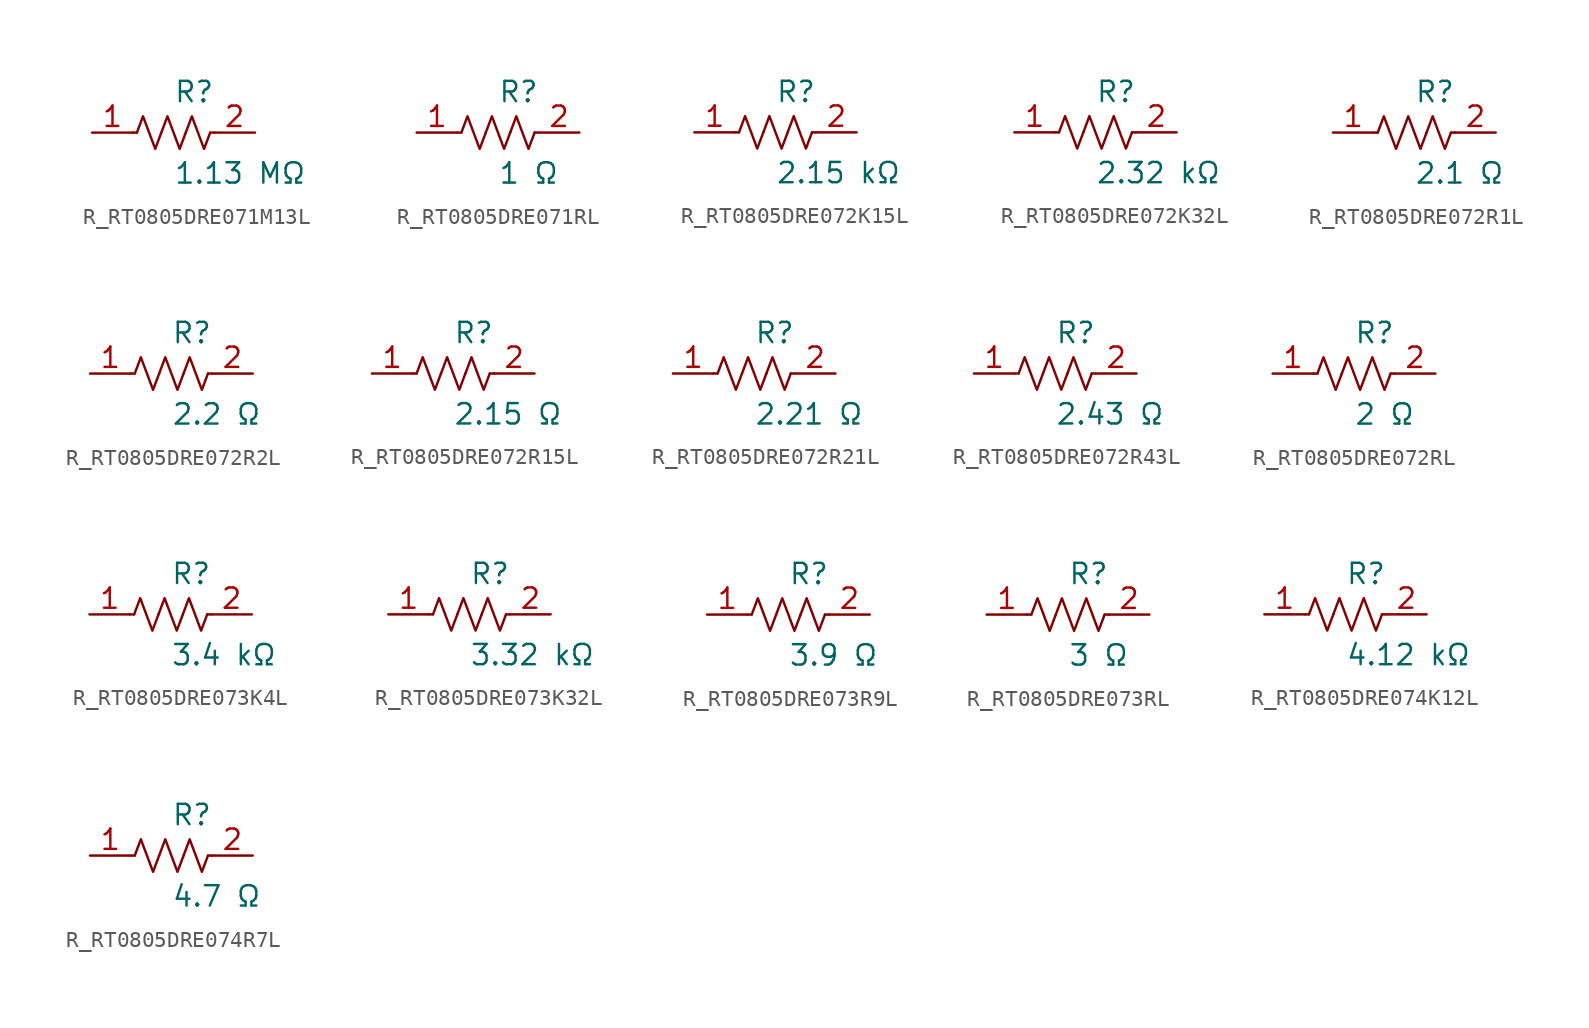
<source format=kicad_sym>
(kicad_symbol_lib
  (version 20231120)
  (generator kicad_symbol_editor)
  (generator_version 8.0)
  (symbol "R_RT0805DRE071M13L"
    (pin_names
      (offset 0.254))
    (property "Reference" "R"
      (at 0.0 2.54 0)
      (effects (font (size 1.27 1.27)) (justify left)))
    (property "Value" "1.13 MΩ"
      (at 0.0 -2.54 0)
      (effects (font (size 1.27 1.27)) (justify left)))
    (symbol "R_RT0805DRE071M13L_0_1"
      (polyline (pts (xy 2.286 0) (xy 2.54 0)) (stroke (width 0) (type default)) (fill (type none)))
      (polyline (pts (xy -2.286 0) (xy -2.54 0)) (stroke (width 0) (type default)) (fill (type none)))
      (polyline (pts (xy 0.762 0) (xy 1.143 1.016) (xy 1.524 0) (xy 1.905 -1.016) (xy 2.286 0)) (stroke (width 0) (type default)) (fill (type none)))
      (polyline (pts (xy -0.762 0) (xy -0.381 1.016) (xy 0 0) (xy 0.381 -1.016) (xy 0.762 0)) (stroke (width 0) (type default)) (fill (type none)))
      (polyline (pts (xy -2.286 0) (xy -1.905 1.016) (xy -1.524 0) (xy -1.143 -1.016) (xy -0.762 0)) (stroke (width 0) (type default)) (fill (type none))))
    (pin unspecified line
      (at -5.08 0 0)
      (length 2.54)
      (name "" (effects (font (size 1.27 1.27))))
      (number "1" (effects (font (size 1.27 1.27)))))
    (pin unspecified line
      (at 5.08 0 180)
      (length 2.54)
      (name "" (effects (font (size 1.27 1.27))))
      (number "2" (effects (font (size 1.27 1.27))))))
  (symbol "R_RT0805DRE071RL"
    (pin_names
      (offset 0.254))
    (property "Reference" "R"
      (at 0.0 2.54 0)
      (effects (font (size 1.27 1.27)) (justify left)))
    (property "Value" "1 Ω"
      (at 0.0 -2.54 0)
      (effects (font (size 1.27 1.27)) (justify left)))
    (symbol "R_RT0805DRE071RL_0_1"
      (polyline (pts (xy 2.286 0) (xy 2.54 0)) (stroke (width 0) (type default)) (fill (type none)))
      (polyline (pts (xy -2.286 0) (xy -2.54 0)) (stroke (width 0) (type default)) (fill (type none)))
      (polyline (pts (xy 0.762 0) (xy 1.143 1.016) (xy 1.524 0) (xy 1.905 -1.016) (xy 2.286 0)) (stroke (width 0) (type default)) (fill (type none)))
      (polyline (pts (xy -0.762 0) (xy -0.381 1.016) (xy 0 0) (xy 0.381 -1.016) (xy 0.762 0)) (stroke (width 0) (type default)) (fill (type none)))
      (polyline (pts (xy -2.286 0) (xy -1.905 1.016) (xy -1.524 0) (xy -1.143 -1.016) (xy -0.762 0)) (stroke (width 0) (type default)) (fill (type none))))
    (pin unspecified line
      (at -5.08 0 0)
      (length 2.54)
      (name "" (effects (font (size 1.27 1.27))))
      (number "1" (effects (font (size 1.27 1.27)))))
    (pin unspecified line
      (at 5.08 0 180)
      (length 2.54)
      (name "" (effects (font (size 1.27 1.27))))
      (number "2" (effects (font (size 1.27 1.27))))))
  (symbol "R_RT0805DRE072K15L"
    (pin_names
      (offset 0.254))
    (property "Reference" "R"
      (at 0.0 2.54 0)
      (effects (font (size 1.27 1.27)) (justify left)))
    (property "Value" "2.15 kΩ"
      (at 0.0 -2.54 0)
      (effects (font (size 1.27 1.27)) (justify left)))
    (symbol "R_RT0805DRE072K15L_0_1"
      (polyline (pts (xy 2.286 0) (xy 2.54 0)) (stroke (width 0) (type default)) (fill (type none)))
      (polyline (pts (xy -2.286 0) (xy -2.54 0)) (stroke (width 0) (type default)) (fill (type none)))
      (polyline (pts (xy 0.762 0) (xy 1.143 1.016) (xy 1.524 0) (xy 1.905 -1.016) (xy 2.286 0)) (stroke (width 0) (type default)) (fill (type none)))
      (polyline (pts (xy -0.762 0) (xy -0.381 1.016) (xy 0 0) (xy 0.381 -1.016) (xy 0.762 0)) (stroke (width 0) (type default)) (fill (type none)))
      (polyline (pts (xy -2.286 0) (xy -1.905 1.016) (xy -1.524 0) (xy -1.143 -1.016) (xy -0.762 0)) (stroke (width 0) (type default)) (fill (type none))))
    (pin unspecified line
      (at -5.08 0 0)
      (length 2.54)
      (name "" (effects (font (size 1.27 1.27))))
      (number "1" (effects (font (size 1.27 1.27)))))
    (pin unspecified line
      (at 5.08 0 180)
      (length 2.54)
      (name "" (effects (font (size 1.27 1.27))))
      (number "2" (effects (font (size 1.27 1.27))))))
  (symbol "R_RT0805DRE072K32L"
    (pin_names
      (offset 0.254))
    (property "Reference" "R"
      (at 0.0 2.54 0)
      (effects (font (size 1.27 1.27)) (justify left)))
    (property "Value" "2.32 kΩ"
      (at 0.0 -2.54 0)
      (effects (font (size 1.27 1.27)) (justify left)))
    (symbol "R_RT0805DRE072K32L_0_1"
      (polyline (pts (xy 2.286 0) (xy 2.54 0)) (stroke (width 0) (type default)) (fill (type none)))
      (polyline (pts (xy -2.286 0) (xy -2.54 0)) (stroke (width 0) (type default)) (fill (type none)))
      (polyline (pts (xy 0.762 0) (xy 1.143 1.016) (xy 1.524 0) (xy 1.905 -1.016) (xy 2.286 0)) (stroke (width 0) (type default)) (fill (type none)))
      (polyline (pts (xy -0.762 0) (xy -0.381 1.016) (xy 0 0) (xy 0.381 -1.016) (xy 0.762 0)) (stroke (width 0) (type default)) (fill (type none)))
      (polyline (pts (xy -2.286 0) (xy -1.905 1.016) (xy -1.524 0) (xy -1.143 -1.016) (xy -0.762 0)) (stroke (width 0) (type default)) (fill (type none))))
    (pin unspecified line
      (at -5.08 0 0)
      (length 2.54)
      (name "" (effects (font (size 1.27 1.27))))
      (number "1" (effects (font (size 1.27 1.27)))))
    (pin unspecified line
      (at 5.08 0 180)
      (length 2.54)
      (name "" (effects (font (size 1.27 1.27))))
      (number "2" (effects (font (size 1.27 1.27))))))
  (symbol "R_RT0805DRE072R1L"
    (pin_names
      (offset 0.254))
    (property "Reference" "R"
      (at 0.0 2.54 0)
      (effects (font (size 1.27 1.27)) (justify left)))
    (property "Value" "2.1 Ω"
      (at 0.0 -2.54 0)
      (effects (font (size 1.27 1.27)) (justify left)))
    (symbol "R_RT0805DRE072R1L_0_1"
      (polyline (pts (xy 2.286 0) (xy 2.54 0)) (stroke (width 0) (type default)) (fill (type none)))
      (polyline (pts (xy -2.286 0) (xy -2.54 0)) (stroke (width 0) (type default)) (fill (type none)))
      (polyline (pts (xy 0.762 0) (xy 1.143 1.016) (xy 1.524 0) (xy 1.905 -1.016) (xy 2.286 0)) (stroke (width 0) (type default)) (fill (type none)))
      (polyline (pts (xy -0.762 0) (xy -0.381 1.016) (xy 0 0) (xy 0.381 -1.016) (xy 0.762 0)) (stroke (width 0) (type default)) (fill (type none)))
      (polyline (pts (xy -2.286 0) (xy -1.905 1.016) (xy -1.524 0) (xy -1.143 -1.016) (xy -0.762 0)) (stroke (width 0) (type default)) (fill (type none))))
    (pin unspecified line
      (at -5.08 0 0)
      (length 2.54)
      (name "" (effects (font (size 1.27 1.27))))
      (number "1" (effects (font (size 1.27 1.27)))))
    (pin unspecified line
      (at 5.08 0 180)
      (length 2.54)
      (name "" (effects (font (size 1.27 1.27))))
      (number "2" (effects (font (size 1.27 1.27))))))
  (symbol "R_RT0805DRE072R2L"
    (pin_names
      (offset 0.254))
    (property "Reference" "R"
      (at 0.0 2.54 0)
      (effects (font (size 1.27 1.27)) (justify left)))
    (property "Value" "2.2 Ω"
      (at 0.0 -2.54 0)
      (effects (font (size 1.27 1.27)) (justify left)))
    (symbol "R_RT0805DRE072R2L_0_1"
      (polyline (pts (xy 2.286 0) (xy 2.54 0)) (stroke (width 0) (type default)) (fill (type none)))
      (polyline (pts (xy -2.286 0) (xy -2.54 0)) (stroke (width 0) (type default)) (fill (type none)))
      (polyline (pts (xy 0.762 0) (xy 1.143 1.016) (xy 1.524 0) (xy 1.905 -1.016) (xy 2.286 0)) (stroke (width 0) (type default)) (fill (type none)))
      (polyline (pts (xy -0.762 0) (xy -0.381 1.016) (xy 0 0) (xy 0.381 -1.016) (xy 0.762 0)) (stroke (width 0) (type default)) (fill (type none)))
      (polyline (pts (xy -2.286 0) (xy -1.905 1.016) (xy -1.524 0) (xy -1.143 -1.016) (xy -0.762 0)) (stroke (width 0) (type default)) (fill (type none))))
    (pin unspecified line
      (at -5.08 0 0)
      (length 2.54)
      (name "" (effects (font (size 1.27 1.27))))
      (number "1" (effects (font (size 1.27 1.27)))))
    (pin unspecified line
      (at 5.08 0 180)
      (length 2.54)
      (name "" (effects (font (size 1.27 1.27))))
      (number "2" (effects (font (size 1.27 1.27))))))
  (symbol "R_RT0805DRE072R15L"
    (pin_names
      (offset 0.254))
    (property "Reference" "R"
      (at 0.0 2.54 0)
      (effects (font (size 1.27 1.27)) (justify left)))
    (property "Value" "2.15 Ω"
      (at 0.0 -2.54 0)
      (effects (font (size 1.27 1.27)) (justify left)))
    (symbol "R_RT0805DRE072R15L_0_1"
      (polyline (pts (xy 2.286 0) (xy 2.54 0)) (stroke (width 0) (type default)) (fill (type none)))
      (polyline (pts (xy -2.286 0) (xy -2.54 0)) (stroke (width 0) (type default)) (fill (type none)))
      (polyline (pts (xy 0.762 0) (xy 1.143 1.016) (xy 1.524 0) (xy 1.905 -1.016) (xy 2.286 0)) (stroke (width 0) (type default)) (fill (type none)))
      (polyline (pts (xy -0.762 0) (xy -0.381 1.016) (xy 0 0) (xy 0.381 -1.016) (xy 0.762 0)) (stroke (width 0) (type default)) (fill (type none)))
      (polyline (pts (xy -2.286 0) (xy -1.905 1.016) (xy -1.524 0) (xy -1.143 -1.016) (xy -0.762 0)) (stroke (width 0) (type default)) (fill (type none))))
    (pin unspecified line
      (at -5.08 0 0)
      (length 2.54)
      (name "" (effects (font (size 1.27 1.27))))
      (number "1" (effects (font (size 1.27 1.27)))))
    (pin unspecified line
      (at 5.08 0 180)
      (length 2.54)
      (name "" (effects (font (size 1.27 1.27))))
      (number "2" (effects (font (size 1.27 1.27))))))
  (symbol "R_RT0805DRE072R21L"
    (pin_names
      (offset 0.254))
    (property "Reference" "R"
      (at 0.0 2.54 0)
      (effects (font (size 1.27 1.27)) (justify left)))
    (property "Value" "2.21 Ω"
      (at 0.0 -2.54 0)
      (effects (font (size 1.27 1.27)) (justify left)))
    (symbol "R_RT0805DRE072R21L_0_1"
      (polyline (pts (xy 2.286 0) (xy 2.54 0)) (stroke (width 0) (type default)) (fill (type none)))
      (polyline (pts (xy -2.286 0) (xy -2.54 0)) (stroke (width 0) (type default)) (fill (type none)))
      (polyline (pts (xy 0.762 0) (xy 1.143 1.016) (xy 1.524 0) (xy 1.905 -1.016) (xy 2.286 0)) (stroke (width 0) (type default)) (fill (type none)))
      (polyline (pts (xy -0.762 0) (xy -0.381 1.016) (xy 0 0) (xy 0.381 -1.016) (xy 0.762 0)) (stroke (width 0) (type default)) (fill (type none)))
      (polyline (pts (xy -2.286 0) (xy -1.905 1.016) (xy -1.524 0) (xy -1.143 -1.016) (xy -0.762 0)) (stroke (width 0) (type default)) (fill (type none))))
    (pin unspecified line
      (at -5.08 0 0)
      (length 2.54)
      (name "" (effects (font (size 1.27 1.27))))
      (number "1" (effects (font (size 1.27 1.27)))))
    (pin unspecified line
      (at 5.08 0 180)
      (length 2.54)
      (name "" (effects (font (size 1.27 1.27))))
      (number "2" (effects (font (size 1.27 1.27))))))
  (symbol "R_RT0805DRE072R43L"
    (pin_names
      (offset 0.254))
    (property "Reference" "R"
      (at 0.0 2.54 0)
      (effects (font (size 1.27 1.27)) (justify left)))
    (property "Value" "2.43 Ω"
      (at 0.0 -2.54 0)
      (effects (font (size 1.27 1.27)) (justify left)))
    (symbol "R_RT0805DRE072R43L_0_1"
      (polyline (pts (xy 2.286 0) (xy 2.54 0)) (stroke (width 0) (type default)) (fill (type none)))
      (polyline (pts (xy -2.286 0) (xy -2.54 0)) (stroke (width 0) (type default)) (fill (type none)))
      (polyline (pts (xy 0.762 0) (xy 1.143 1.016) (xy 1.524 0) (xy 1.905 -1.016) (xy 2.286 0)) (stroke (width 0) (type default)) (fill (type none)))
      (polyline (pts (xy -0.762 0) (xy -0.381 1.016) (xy 0 0) (xy 0.381 -1.016) (xy 0.762 0)) (stroke (width 0) (type default)) (fill (type none)))
      (polyline (pts (xy -2.286 0) (xy -1.905 1.016) (xy -1.524 0) (xy -1.143 -1.016) (xy -0.762 0)) (stroke (width 0) (type default)) (fill (type none))))
    (pin unspecified line
      (at -5.08 0 0)
      (length 2.54)
      (name "" (effects (font (size 1.27 1.27))))
      (number "1" (effects (font (size 1.27 1.27)))))
    (pin unspecified line
      (at 5.08 0 180)
      (length 2.54)
      (name "" (effects (font (size 1.27 1.27))))
      (number "2" (effects (font (size 1.27 1.27))))))
  (symbol "R_RT0805DRE072RL"
    (pin_names
      (offset 0.254))
    (property "Reference" "R"
      (at 0.0 2.54 0)
      (effects (font (size 1.27 1.27)) (justify left)))
    (property "Value" "2 Ω"
      (at 0.0 -2.54 0)
      (effects (font (size 1.27 1.27)) (justify left)))
    (symbol "R_RT0805DRE072RL_0_1"
      (polyline (pts (xy 2.286 0) (xy 2.54 0)) (stroke (width 0) (type default)) (fill (type none)))
      (polyline (pts (xy -2.286 0) (xy -2.54 0)) (stroke (width 0) (type default)) (fill (type none)))
      (polyline (pts (xy 0.762 0) (xy 1.143 1.016) (xy 1.524 0) (xy 1.905 -1.016) (xy 2.286 0)) (stroke (width 0) (type default)) (fill (type none)))
      (polyline (pts (xy -0.762 0) (xy -0.381 1.016) (xy 0 0) (xy 0.381 -1.016) (xy 0.762 0)) (stroke (width 0) (type default)) (fill (type none)))
      (polyline (pts (xy -2.286 0) (xy -1.905 1.016) (xy -1.524 0) (xy -1.143 -1.016) (xy -0.762 0)) (stroke (width 0) (type default)) (fill (type none))))
    (pin unspecified line
      (at -5.08 0 0)
      (length 2.54)
      (name "" (effects (font (size 1.27 1.27))))
      (number "1" (effects (font (size 1.27 1.27)))))
    (pin unspecified line
      (at 5.08 0 180)
      (length 2.54)
      (name "" (effects (font (size 1.27 1.27))))
      (number "2" (effects (font (size 1.27 1.27))))))
  (symbol "R_RT0805DRE073K4L"
    (pin_names
      (offset 0.254))
    (property "Reference" "R"
      (at 0.0 2.54 0)
      (effects (font (size 1.27 1.27)) (justify left)))
    (property "Value" "3.4 kΩ"
      (at 0.0 -2.54 0)
      (effects (font (size 1.27 1.27)) (justify left)))
    (symbol "R_RT0805DRE073K4L_0_1"
      (polyline (pts (xy 2.286 0) (xy 2.54 0)) (stroke (width 0) (type default)) (fill (type none)))
      (polyline (pts (xy -2.286 0) (xy -2.54 0)) (stroke (width 0) (type default)) (fill (type none)))
      (polyline (pts (xy 0.762 0) (xy 1.143 1.016) (xy 1.524 0) (xy 1.905 -1.016) (xy 2.286 0)) (stroke (width 0) (type default)) (fill (type none)))
      (polyline (pts (xy -0.762 0) (xy -0.381 1.016) (xy 0 0) (xy 0.381 -1.016) (xy 0.762 0)) (stroke (width 0) (type default)) (fill (type none)))
      (polyline (pts (xy -2.286 0) (xy -1.905 1.016) (xy -1.524 0) (xy -1.143 -1.016) (xy -0.762 0)) (stroke (width 0) (type default)) (fill (type none))))
    (pin unspecified line
      (at -5.08 0 0)
      (length 2.54)
      (name "" (effects (font (size 1.27 1.27))))
      (number "1" (effects (font (size 1.27 1.27)))))
    (pin unspecified line
      (at 5.08 0 180)
      (length 2.54)
      (name "" (effects (font (size 1.27 1.27))))
      (number "2" (effects (font (size 1.27 1.27))))))
  (symbol "R_RT0805DRE073K32L"
    (pin_names
      (offset 0.254))
    (property "Reference" "R"
      (at 0.0 2.54 0)
      (effects (font (size 1.27 1.27)) (justify left)))
    (property "Value" "3.32 kΩ"
      (at 0.0 -2.54 0)
      (effects (font (size 1.27 1.27)) (justify left)))
    (symbol "R_RT0805DRE073K32L_0_1"
      (polyline (pts (xy 2.286 0) (xy 2.54 0)) (stroke (width 0) (type default)) (fill (type none)))
      (polyline (pts (xy -2.286 0) (xy -2.54 0)) (stroke (width 0) (type default)) (fill (type none)))
      (polyline (pts (xy 0.762 0) (xy 1.143 1.016) (xy 1.524 0) (xy 1.905 -1.016) (xy 2.286 0)) (stroke (width 0) (type default)) (fill (type none)))
      (polyline (pts (xy -0.762 0) (xy -0.381 1.016) (xy 0 0) (xy 0.381 -1.016) (xy 0.762 0)) (stroke (width 0) (type default)) (fill (type none)))
      (polyline (pts (xy -2.286 0) (xy -1.905 1.016) (xy -1.524 0) (xy -1.143 -1.016) (xy -0.762 0)) (stroke (width 0) (type default)) (fill (type none))))
    (pin unspecified line
      (at -5.08 0 0)
      (length 2.54)
      (name "" (effects (font (size 1.27 1.27))))
      (number "1" (effects (font (size 1.27 1.27)))))
    (pin unspecified line
      (at 5.08 0 180)
      (length 2.54)
      (name "" (effects (font (size 1.27 1.27))))
      (number "2" (effects (font (size 1.27 1.27))))))
  (symbol "R_RT0805DRE073R9L"
    (pin_names
      (offset 0.254))
    (property "Reference" "R"
      (at 0.0 2.54 0)
      (effects (font (size 1.27 1.27)) (justify left)))
    (property "Value" "3.9 Ω"
      (at 0.0 -2.54 0)
      (effects (font (size 1.27 1.27)) (justify left)))
    (symbol "R_RT0805DRE073R9L_0_1"
      (polyline (pts (xy 2.286 0) (xy 2.54 0)) (stroke (width 0) (type default)) (fill (type none)))
      (polyline (pts (xy -2.286 0) (xy -2.54 0)) (stroke (width 0) (type default)) (fill (type none)))
      (polyline (pts (xy 0.762 0) (xy 1.143 1.016) (xy 1.524 0) (xy 1.905 -1.016) (xy 2.286 0)) (stroke (width 0) (type default)) (fill (type none)))
      (polyline (pts (xy -0.762 0) (xy -0.381 1.016) (xy 0 0) (xy 0.381 -1.016) (xy 0.762 0)) (stroke (width 0) (type default)) (fill (type none)))
      (polyline (pts (xy -2.286 0) (xy -1.905 1.016) (xy -1.524 0) (xy -1.143 -1.016) (xy -0.762 0)) (stroke (width 0) (type default)) (fill (type none))))
    (pin unspecified line
      (at -5.08 0 0)
      (length 2.54)
      (name "" (effects (font (size 1.27 1.27))))
      (number "1" (effects (font (size 1.27 1.27)))))
    (pin unspecified line
      (at 5.08 0 180)
      (length 2.54)
      (name "" (effects (font (size 1.27 1.27))))
      (number "2" (effects (font (size 1.27 1.27))))))
  (symbol "R_RT0805DRE073RL"
    (pin_names
      (offset 0.254))
    (property "Reference" "R"
      (at 0.0 2.54 0)
      (effects (font (size 1.27 1.27)) (justify left)))
    (property "Value" "3 Ω"
      (at 0.0 -2.54 0)
      (effects (font (size 1.27 1.27)) (justify left)))
    (symbol "R_RT0805DRE073RL_0_1"
      (polyline (pts (xy 2.286 0) (xy 2.54 0)) (stroke (width 0) (type default)) (fill (type none)))
      (polyline (pts (xy -2.286 0) (xy -2.54 0)) (stroke (width 0) (type default)) (fill (type none)))
      (polyline (pts (xy 0.762 0) (xy 1.143 1.016) (xy 1.524 0) (xy 1.905 -1.016) (xy 2.286 0)) (stroke (width 0) (type default)) (fill (type none)))
      (polyline (pts (xy -0.762 0) (xy -0.381 1.016) (xy 0 0) (xy 0.381 -1.016) (xy 0.762 0)) (stroke (width 0) (type default)) (fill (type none)))
      (polyline (pts (xy -2.286 0) (xy -1.905 1.016) (xy -1.524 0) (xy -1.143 -1.016) (xy -0.762 0)) (stroke (width 0) (type default)) (fill (type none))))
    (pin unspecified line
      (at -5.08 0 0)
      (length 2.54)
      (name "" (effects (font (size 1.27 1.27))))
      (number "1" (effects (font (size 1.27 1.27)))))
    (pin unspecified line
      (at 5.08 0 180)
      (length 2.54)
      (name "" (effects (font (size 1.27 1.27))))
      (number "2" (effects (font (size 1.27 1.27))))))
  (symbol "R_RT0805DRE074K12L"
    (pin_names
      (offset 0.254))
    (property "Reference" "R"
      (at 0.0 2.54 0)
      (effects (font (size 1.27 1.27)) (justify left)))
    (property "Value" "4.12 kΩ"
      (at 0.0 -2.54 0)
      (effects (font (size 1.27 1.27)) (justify left)))
    (symbol "R_RT0805DRE074K12L_0_1"
      (polyline (pts (xy 2.286 0) (xy 2.54 0)) (stroke (width 0) (type default)) (fill (type none)))
      (polyline (pts (xy -2.286 0) (xy -2.54 0)) (stroke (width 0) (type default)) (fill (type none)))
      (polyline (pts (xy 0.762 0) (xy 1.143 1.016) (xy 1.524 0) (xy 1.905 -1.016) (xy 2.286 0)) (stroke (width 0) (type default)) (fill (type none)))
      (polyline (pts (xy -0.762 0) (xy -0.381 1.016) (xy 0 0) (xy 0.381 -1.016) (xy 0.762 0)) (stroke (width 0) (type default)) (fill (type none)))
      (polyline (pts (xy -2.286 0) (xy -1.905 1.016) (xy -1.524 0) (xy -1.143 -1.016) (xy -0.762 0)) (stroke (width 0) (type default)) (fill (type none))))
    (pin unspecified line
      (at -5.08 0 0)
      (length 2.54)
      (name "" (effects (font (size 1.27 1.27))))
      (number "1" (effects (font (size 1.27 1.27)))))
    (pin unspecified line
      (at 5.08 0 180)
      (length 2.54)
      (name "" (effects (font (size 1.27 1.27))))
      (number "2" (effects (font (size 1.27 1.27))))))
  (symbol "R_RT0805DRE074R7L"
    (pin_names
      (offset 0.254))
    (property "Reference" "R"
      (at 0.0 2.54 0)
      (effects (font (size 1.27 1.27)) (justify left)))
    (property "Value" "4.7 Ω"
      (at 0.0 -2.54 0)
      (effects (font (size 1.27 1.27)) (justify left)))
    (symbol "R_RT0805DRE074R7L_0_1"
      (polyline (pts (xy 2.286 0) (xy 2.54 0)) (stroke (width 0) (type default)) (fill (type none)))
      (polyline (pts (xy -2.286 0) (xy -2.54 0)) (stroke (width 0) (type default)) (fill (type none)))
      (polyline (pts (xy 0.762 0) (xy 1.143 1.016) (xy 1.524 0) (xy 1.905 -1.016) (xy 2.286 0)) (stroke (width 0) (type default)) (fill (type none)))
      (polyline (pts (xy -0.762 0) (xy -0.381 1.016) (xy 0 0) (xy 0.381 -1.016) (xy 0.762 0)) (stroke (width 0) (type default)) (fill (type none)))
      (polyline (pts (xy -2.286 0) (xy -1.905 1.016) (xy -1.524 0) (xy -1.143 -1.016) (xy -0.762 0)) (stroke (width 0) (type default)) (fill (type none))))
    (pin unspecified line
      (at -5.08 0 0)
      (length 2.54)
      (name "" (effects (font (size 1.27 1.27))))
      (number "1" (effects (font (size 1.27 1.27)))))
    (pin unspecified line
      (at 5.08 0 180)
      (length 2.54)
      (name "" (effects (font (size 1.27 1.27))))
      (number "2" (effects (font (size 1.27 1.27)))))))
</source>
